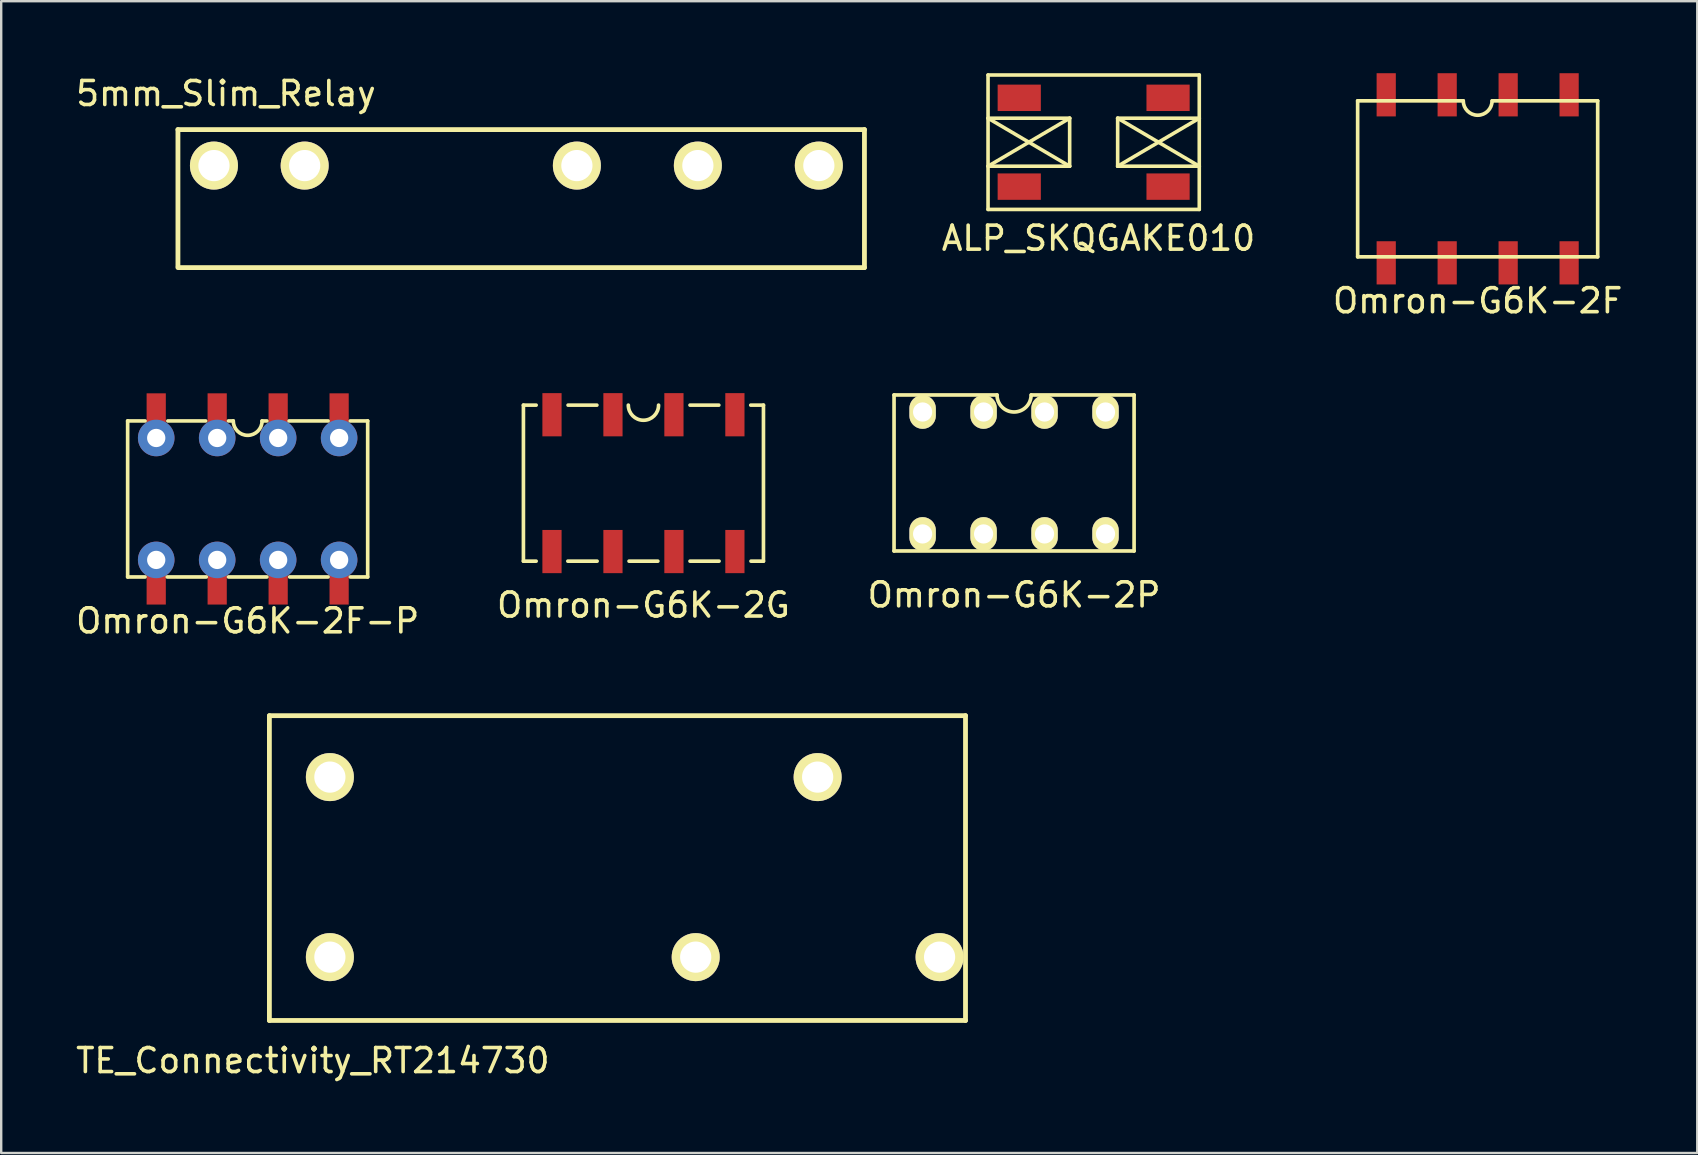
<source format=kicad_pcb>
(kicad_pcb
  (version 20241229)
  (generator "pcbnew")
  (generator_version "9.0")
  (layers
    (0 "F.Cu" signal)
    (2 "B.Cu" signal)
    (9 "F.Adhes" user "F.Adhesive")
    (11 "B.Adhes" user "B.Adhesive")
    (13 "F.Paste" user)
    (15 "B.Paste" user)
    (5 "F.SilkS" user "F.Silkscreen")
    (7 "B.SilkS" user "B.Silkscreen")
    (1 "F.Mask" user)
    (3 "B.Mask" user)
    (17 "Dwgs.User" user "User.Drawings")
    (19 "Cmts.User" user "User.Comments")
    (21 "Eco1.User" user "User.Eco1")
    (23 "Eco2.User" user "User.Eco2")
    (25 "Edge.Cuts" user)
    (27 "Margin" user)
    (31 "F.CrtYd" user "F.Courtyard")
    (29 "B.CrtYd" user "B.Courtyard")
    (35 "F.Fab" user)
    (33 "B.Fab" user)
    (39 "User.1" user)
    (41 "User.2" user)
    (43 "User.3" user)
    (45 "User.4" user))
  (footprint "Omron-G6K-2F"
    (layer "F.Cu")
    (at 58.51 4.4)
    (property "Reference" "Omron-G6K-2F" (at 0 5.08 0) (layer "F.SilkS") (effects (font (size 1 1) (thickness 0.15))))
    (attr through_hole)
    (fp_line (start -5 -3.25) (end -5 3.25) (stroke (width 0.152) (type solid)) (layer "F.SilkS"))
    (fp_line (start -5 3.25) (end 5 3.25) (stroke (width 0.152) (type solid)) (layer "F.SilkS"))
    (fp_line (start -0.6 -3.25) (end -5 -3.25) (stroke (width 0.152) (type solid)) (layer "F.SilkS"))
    (fp_line (start 0.61 -3.25) (end 5 -3.25) (stroke (width 0.152) (type solid)) (layer "F.SilkS"))
    (fp_line (start 5 3.25) (end 5 -3.25) (stroke (width 0.152) (type solid)) (layer "F.SilkS"))
    (fp_arc (start 0.6 -3.25) (mid 0 -2.65) (end -0.6 -3.25) (stroke (width 0.1524) (type solid)) (layer "F.SilkS"))
    (pad "11" smd rect (at 1.27 3.5) (size 0.8 1.8) (layers "F.Cu" "F.Mask" "F.Paste"))
    (pad "12" smd rect (at -1.27 3.5) (size 0.8 1.8) (layers "F.Cu" "F.Mask" "F.Paste"))
    (pad "14" smd rect (at 3.81 3.5) (size 0.8 1.8) (layers "F.Cu" "F.Mask" "F.Paste"))
    (pad "21" smd rect (at 1.27 -3.5) (size 0.8 1.8) (layers "F.Cu" "F.Mask" "F.Paste"))
    (pad "22" smd rect (at -1.27 -3.5) (size 0.8 1.8) (layers "F.Cu" "F.Mask" "F.Paste"))
    (pad "24" smd rect (at 3.81 -3.5) (size 0.8 1.8) (layers "F.Cu" "F.Mask" "F.Paste"))
    (pad "A1" smd rect (at -3.81 -3.5) (size 0.8 1.8) (layers "F.Cu" "F.Mask" "F.Paste"))
    (pad "A2" smd rect (at -3.81 3.5) (size 0.8 1.8) (layers "F.Cu" "F.Mask" "F.Paste")))
  (footprint "5mm_Slim_Relay"
    (layer "F.Cu")
    (at 5.863 3.848)
    (property "Reference" "5mm_Slim_Relay" (at 0.5 -3 0) (layer "F.SilkS") (effects (font (size 1 1) (thickness 0.15))))
    (attr through_hole)
    (fp_line (start -1.5 -1.5) (end 27.1 -1.5) (stroke (width 0.2) (type solid)) (layer "F.SilkS"))
    (fp_line (start -1.5 4.2) (end -1.5 -1.5) (stroke (width 0.2) (type solid)) (layer "F.SilkS"))
    (fp_line (start 27.1 -1.5) (end 27.1 4.25) (stroke (width 0.2) (type solid)) (layer "F.SilkS"))
    (fp_line (start 27.1 4.25) (end -1.5 4.25) (stroke (width 0.2) (type solid)) (layer "F.SilkS"))
    (pad "11" thru_hole circle (at 20.16 0) (size 2 2) (drill 1.3) (layers "*.Cu" "*.Mask" "F.SilkS"))
    (pad "12" thru_hole circle (at 15.12 0) (size 2 2) (drill 1.3) (layers "*.Cu" "*.Mask" "F.SilkS"))
    (pad "13" thru_hole circle (at 25.2 0) (size 2 2) (drill 1.3) (layers "*.Cu" "*.Mask" "F.SilkS"))
    (pad "A1" thru_hole circle (at 0 0) (size 2 2) (drill 1.3) (layers "*.Cu" "*.Mask" "F.SilkS"))
    (pad "A2" thru_hole circle (at 3.78 0) (size 2 2) (drill 1.3) (layers "*.Cu" "*.Mask" "F.SilkS")))
  (footprint "ALP_SKQGAKE010"
    (layer "F.Cu")
    (at 42.512 2.875)
    (property "Reference" "ALP_SKQGAKE010" (at 0.2 4 0) (layer "F.SilkS") (effects (font (size 1 1) (thickness 0.15))))
    (attr through_hole)
    (fp_line (start -4.4 -2.8) (end 4.4 -2.8) (stroke (width 0.15) (type solid)) (layer "F.SilkS"))
    (fp_line (start -4.4 -1) (end -1 -1) (stroke (width 0.15) (type solid)) (layer "F.SilkS"))
    (fp_line (start -4.4 -1) (end -1 1) (stroke (width 0.15) (type solid)) (layer "F.SilkS"))
    (fp_line (start -4.4 1) (end -1 -1) (stroke (width 0.15) (type solid)) (layer "F.SilkS"))
    (fp_line (start -4.4 2.8) (end -4.4 -2.8) (stroke (width 0.15) (type solid)) (layer "F.SilkS"))
    (fp_line (start -1 -1) (end -1 1) (stroke (width 0.15) (type solid)) (layer "F.SilkS"))
    (fp_line (start -1 1) (end -4.4 1) (stroke (width 0.15) (type solid)) (layer "F.SilkS"))
    (fp_line (start 1 -1) (end 1 1) (stroke (width 0.15) (type solid)) (layer "F.SilkS"))
    (fp_line (start 1 -1) (end 4.4 1) (stroke (width 0.15) (type solid)) (layer "F.SilkS"))
    (fp_line (start 1 1) (end 4.4 -1) (stroke (width 0.15) (type solid)) (layer "F.SilkS"))
    (fp_line (start 4.4 -2.8) (end 4.4 2.8) (stroke (width 0.15) (type solid)) (layer "F.SilkS"))
    (fp_line (start 4.4 -1) (end 1 -1) (stroke (width 0.15) (type solid)) (layer "F.SilkS"))
    (fp_line (start 4.4 1) (end 1 1) (stroke (width 0.15) (type solid)) (layer "F.SilkS"))
    (fp_line (start 4.4 2.8) (end -4.4 2.8) (stroke (width 0.15) (type solid)) (layer "F.SilkS"))
    (pad "1" smd rect (at -3.1 -1.85) (size 1.8 1.1) (layers "F.Cu" "F.Mask" "F.Paste"))
    (pad "1" smd rect (at 3.1 -1.85) (size 1.8 1.1) (layers "F.Cu" "F.Mask" "F.Paste"))
    (pad "2" smd rect (at -3.1 1.85) (size 1.8 1.1) (layers "F.Cu" "F.Mask" "F.Paste"))
    (pad "2" smd rect (at 3.1 1.85) (size 1.8 1.1) (layers "F.Cu" "F.Mask" "F.Paste")))
  (footprint "Omron-G6K-2P"
    (layer "F.Cu")
    (at 39.196 16.654)
    (property "Reference" "Omron-G6K-2P" (at 0 5.08 0) (layer "F.SilkS") (effects (font (size 1 1) (thickness 0.15))))
    (attr through_hole)
    (fp_line (start -5 -3.25) (end -5 3.25) (stroke (width 0.152) (type solid)) (layer "F.SilkS"))
    (fp_line (start -5 3.25) (end 5 3.25) (stroke (width 0.152) (type solid)) (layer "F.SilkS"))
    (fp_line (start -0.71 -3.25) (end -5 -3.25) (stroke (width 0.152) (type solid)) (layer "F.SilkS"))
    (fp_line (start 0.72 -3.25) (end 5 -3.25) (stroke (width 0.152) (type solid)) (layer "F.SilkS"))
    (fp_line (start 5 3.25) (end 5 -3.25) (stroke (width 0.152) (type solid)) (layer "F.SilkS"))
    (fp_arc (start 0.71 -3.25) (mid 0 -2.54) (end -0.71 -3.25) (stroke (width 0.1524) (type solid)) (layer "F.SilkS"))
    (pad "11" thru_hole oval (at 1.27 2.54) (size 1.1 1.4) (drill 0.8) (layers "*.Cu" "*.Mask" "F.SilkS"))
    (pad "12" thru_hole oval (at -1.27 2.54) (size 1.1 1.4) (drill 0.8) (layers "*.Cu" "*.Mask" "F.SilkS"))
    (pad "14" thru_hole oval (at 3.81 2.54) (size 1.1 1.4) (drill 0.8) (layers "*.Cu" "*.Mask" "F.SilkS"))
    (pad "21" thru_hole oval (at 1.27 -2.54) (size 1.1 1.4) (drill 0.8) (layers "*.Cu" "*.Mask" "F.SilkS"))
    (pad "22" thru_hole oval (at -1.27 -2.54) (size 1.1 1.4) (drill 0.8) (layers "*.Cu" "*.Mask" "F.SilkS"))
    (pad "24" thru_hole oval (at 3.81 -2.54) (size 1.1 1.4) (drill 0.8) (layers "*.Cu" "*.Mask" "F.SilkS"))
    (pad "A1" thru_hole oval (at -3.81 -2.54) (size 1.1 1.4) (drill 0.8) (layers "*.Cu" "*.Mask" "F.SilkS"))
    (pad "A2" thru_hole oval (at -3.81 2.54) (size 1.1 1.4) (drill 0.8) (layers "*.Cu" "*.Mask" "F.SilkS")))
  (footprint "Omron-G6K-2F-P"
    (layer "F.Cu")
    (at 7.268 17.736)
    (property "Reference" "Omron-G6K-2F-P" (at 0 5.08 0) (layer "F.SilkS") (effects (font (size 1 1) (thickness 0.15))))
    (attr through_hole)
    (fp_line (start -5 -3.25) (end -5 3.25) (stroke (width 0.152) (type solid)) (layer "F.SilkS"))
    (fp_line (start -5 3.25) (end -4.275 3.25) (stroke (width 0.152) (type solid)) (layer "F.SilkS"))
    (fp_line (start -4.275 -3.25) (end -5 -3.25) (stroke (width 0.152) (type solid)) (layer "F.SilkS"))
    (fp_line (start -3.35 3.25) (end -1.725 3.25) (stroke (width 0.152) (type solid)) (layer "F.SilkS"))
    (fp_line (start -3.325 -3.25) (end -1.75 -3.25) (stroke (width 0.152) (type solid)) (layer "F.SilkS"))
    (fp_line (start -0.8 3.25) (end 0.8 3.25) (stroke (width 0.152) (type solid)) (layer "F.SilkS"))
    (fp_line (start -0.6 -3.25) (end -0.8 -3.25) (stroke (width 0.152) (type solid)) (layer "F.SilkS"))
    (fp_line (start 0.6 -3.25) (end 0.8 -3.25) (stroke (width 0.152) (type solid)) (layer "F.SilkS"))
    (fp_line (start 1.725 -3.25) (end 3.35 -3.25) (stroke (width 0.152) (type solid)) (layer "F.SilkS"))
    (fp_line (start 1.75 3.25) (end 3.35 3.25) (stroke (width 0.152) (type solid)) (layer "F.SilkS"))
    (fp_line (start 4.275 -3.25) (end 5 -3.25) (stroke (width 0.152) (type solid)) (layer "F.SilkS"))
    (fp_line (start 4.275 3.25) (end 5 3.25) (stroke (width 0.152) (type solid)) (layer "F.SilkS"))
    (fp_line (start 5 3.25) (end 5 -3.25) (stroke (width 0.152) (type solid)) (layer "F.SilkS"))
    (fp_arc (start 0.6 -3.25) (mid 0 -2.65) (end -0.6 -3.25) (stroke (width 0.1524) (type solid)) (layer "F.SilkS"))
    (pad "" smd rect (at -3.81 -3.658) (size 0.8 1.5) (layers "F.Paste"))
    (pad "" smd rect (at -3.81 3.658) (size 0.8 1.5) (layers "F.Paste"))
    (pad "" smd rect (at -1.27 -3.658) (size 0.8 1.5) (layers "F.Paste"))
    (pad "" smd rect (at -1.27 3.658) (size 0.8 1.5) (layers "F.Paste"))
    (pad "" smd rect (at 1.27 -3.658) (size 0.8 1.5) (layers "F.Paste"))
    (pad "" smd rect (at 1.27 3.658) (size 0.8 1.5) (layers "F.Paste"))
    (pad "" smd rect (at 3.81 -3.658) (size 0.8 1.5) (layers "F.Paste"))
    (pad "" smd rect (at 3.81 3.658) (size 0.8 1.5) (layers "F.Paste"))
    (pad "11" thru_hole circle (at 1.27 2.54) (size 1.524 1.524) (drill 0.762) (layers "*.Cu" "*.Mask"))
    (pad "11" smd rect (at 1.27 3.5) (size 0.8 1.8) (layers "F.Cu" "F.Mask"))
    (pad "12" thru_hole circle (at -1.27 2.54) (size 1.524 1.524) (drill 0.762) (layers "*.Cu" "*.Mask"))
    (pad "12" smd rect (at -1.27 3.5) (size 0.8 1.8) (layers "F.Cu" "F.Mask"))
    (pad "14" thru_hole circle (at 3.81 2.54) (size 1.524 1.524) (drill 0.762) (layers "*.Cu" "*.Mask"))
    (pad "14" smd rect (at 3.81 3.5) (size 0.8 1.8) (layers "F.Cu" "F.Mask"))
    (pad "21" smd rect (at 1.27 -3.5) (size 0.8 1.8) (layers "F.Cu" "F.Mask"))
    (pad "21" thru_hole circle (at 1.27 -2.54) (size 1.524 1.524) (drill 0.762) (layers "*.Cu" "*.Mask"))
    (pad "22" smd rect (at -1.27 -3.5) (size 0.8 1.8) (layers "F.Cu" "F.Mask"))
    (pad "22" thru_hole circle (at -1.27 -2.54) (size 1.524 1.524) (drill 0.762) (layers "*.Cu" "*.Mask"))
    (pad "24" smd rect (at 3.81 -3.5) (size 0.8 1.8) (layers "F.Cu" "F.Mask"))
    (pad "24" thru_hole circle (at 3.81 -2.54) (size 1.524 1.524) (drill 0.762) (layers "*.Cu" "*.Mask"))
    (pad "A1" smd rect (at -3.81 -3.5) (size 0.8 1.8) (layers "F.Cu" "F.Mask"))
    (pad "A1" thru_hole circle (at -3.81 -2.54) (size 1.524 1.524) (drill 0.762) (layers "*.Cu" "*.Mask"))
    (pad "A2" thru_hole circle (at -3.81 2.54) (size 1.524 1.524) (drill 0.762) (layers "*.Cu" "*.Mask"))
    (pad "A2" smd rect (at -3.81 3.5) (size 0.8 1.8) (layers "F.Cu" "F.Mask")))
  (footprint "Omron-G6K-2G"
    (layer "F.Cu")
    (at 23.756 17.078)
    (property "Reference" "Omron-G6K-2G" (at 0 5.08 0) (layer "F.SilkS") (effects (font (size 1 1) (thickness 0.15))))
    (attr through_hole)
    (fp_line (start -5 -3.25) (end -5 3.25) (stroke (width 0.152) (type solid)) (layer "F.SilkS"))
    (fp_line (start -5 3.25) (end -4.47 3.25) (stroke (width 0.152) (type solid)) (layer "F.SilkS"))
    (fp_line (start -4.47 -3.25) (end -5 -3.25) (stroke (width 0.152) (type solid)) (layer "F.SilkS"))
    (fp_line (start -3.15 3.25) (end -1.93 3.25) (stroke (width 0.152) (type solid)) (layer "F.SilkS"))
    (fp_line (start -3.14 -3.25) (end -1.94 -3.25) (stroke (width 0.152) (type solid)) (layer "F.SilkS"))
    (fp_line (start -0.6 3.25) (end 0.6 3.25) (stroke (width 0.152) (type solid)) (layer "F.SilkS"))
    (fp_line (start 1.94 -3.25) (end 3.14 -3.25) (stroke (width 0.152) (type solid)) (layer "F.SilkS"))
    (fp_line (start 1.94 3.25) (end 3.15 3.25) (stroke (width 0.152) (type solid)) (layer "F.SilkS"))
    (fp_line (start 4.47 -3.25) (end 5 -3.25) (stroke (width 0.152) (type solid)) (layer "F.SilkS"))
    (fp_line (start 4.48 3.25) (end 5 3.25) (stroke (width 0.152) (type solid)) (layer "F.SilkS"))
    (fp_line (start 5 3.25) (end 5 -3.25) (stroke (width 0.152) (type solid)) (layer "F.SilkS"))
    (fp_arc (start 0.63 -3.25) (mid 0 -2.62) (end -0.63 -3.25) (stroke (width 0.1524) (type solid)) (layer "F.SilkS"))
    (pad "11" smd rect (at 1.27 2.85) (size 0.8 1.8) (layers "F.Cu" "F.Mask" "F.Paste"))
    (pad "12" smd rect (at -1.27 2.85) (size 0.8 1.8) (layers "F.Cu" "F.Mask" "F.Paste"))
    (pad "14" smd rect (at 3.81 2.85) (size 0.8 1.8) (layers "F.Cu" "F.Mask" "F.Paste"))
    (pad "21" smd rect (at 1.27 -2.85) (size 0.8 1.8) (layers "F.Cu" "F.Mask" "F.Paste"))
    (pad "22" smd rect (at -1.27 -2.85) (size 0.8 1.8) (layers "F.Cu" "F.Mask" "F.Paste"))
    (pad "24" smd rect (at 3.81 -2.85) (size 0.8 1.8) (layers "F.Cu" "F.Mask" "F.Paste"))
    (pad "A1" smd rect (at -3.81 2.85) (size 0.8 1.8) (layers "F.Cu" "F.Mask" "F.Paste"))
    (pad "A2" smd rect (at -3.81 -2.85) (size 0.8 1.8) (layers "F.Cu" "F.Mask" "F.Paste")))
  (footprint "TE_Connectivity_RT214730"
    (layer "F.Cu")
    (at 10.693 29.324)
    (property "Reference" "TE_Connectivity_RT214730" (at -0.711 11.811 0) (layer "F.SilkS") (effects (font (size 1 1) (thickness 0.15))))
    (attr through_hole)
    (fp_line (start -2.52 -2.56) (end 26.48 -2.56) (stroke (width 0.2) (type solid)) (layer "F.SilkS"))
    (fp_line (start -2.52 10.14) (end -2.52 -2.56) (stroke (width 0.2) (type solid)) (layer "F.SilkS"))
    (fp_line (start 26.48 -2.56) (end 26.48 10.14) (stroke (width 0.2) (type solid)) (layer "F.SilkS"))
    (fp_line (start 26.48 10.14) (end -2.52 10.14) (stroke (width 0.2) (type solid)) (layer "F.SilkS"))
    (pad "11" thru_hole circle (at 20.32 0) (size 2 2) (drill 1.3) (layers "*.Cu" "*.Mask" "F.SilkS"))
    (pad "12" thru_hole circle (at 15.24 7.5) (size 2 2) (drill 1.3) (layers "*.Cu" "*.Mask" "F.SilkS"))
    (pad "14" thru_hole circle (at 25.4 7.5) (size 2 2) (drill 1.3) (layers "*.Cu" "*.Mask" "F.SilkS"))
    (pad "A1" thru_hole circle (at 0 7.5) (size 2 2) (drill 1.3) (layers "*.Cu" "*.Mask" "F.SilkS"))
    (pad "A2" thru_hole circle (at 0 0) (size 2 2) (drill 1.3) (layers "*.Cu" "*.Mask" "F.SilkS")))
  (gr_rect
    (start -3 -3)
    (end 67.658 44.983)
    (stroke (width 0.1) (type default))
    (fill no)
    (layer "Edge.Cuts")))
</source>
